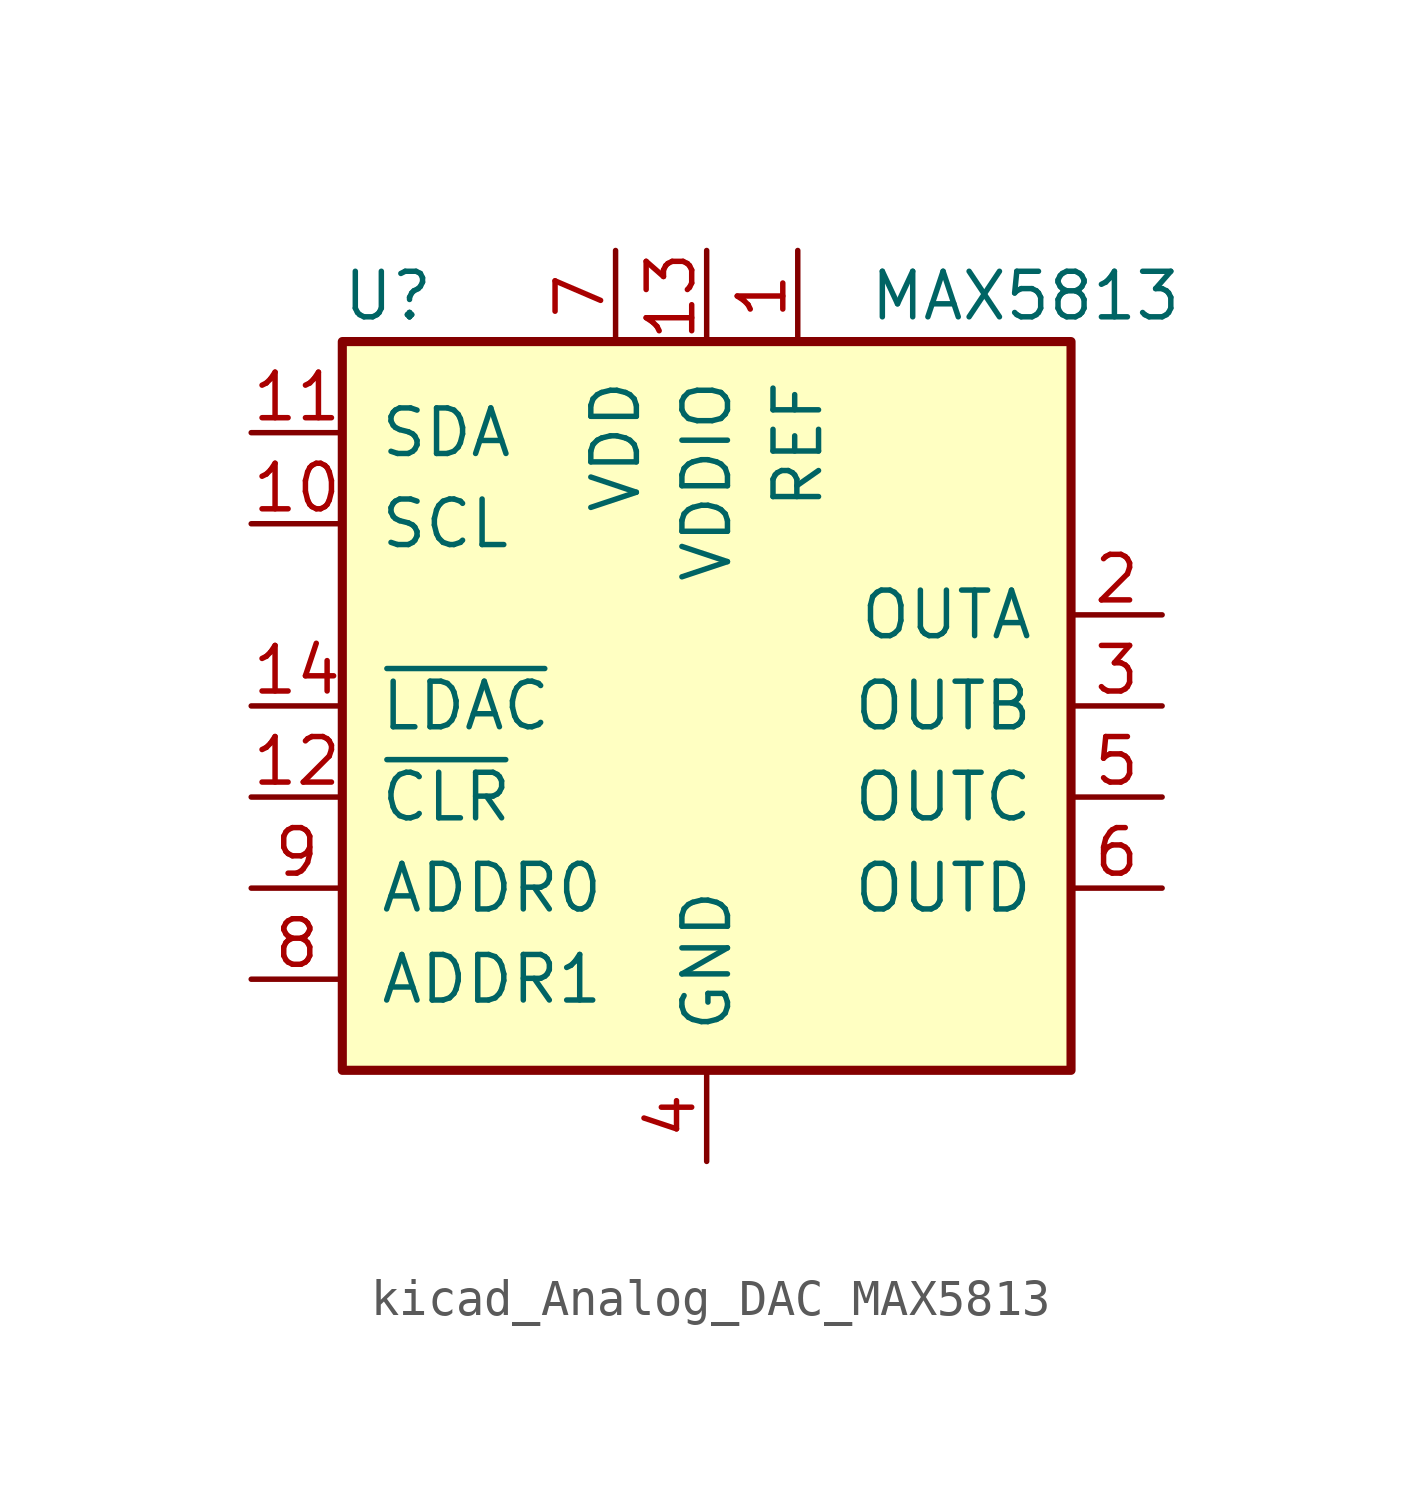
<source format=kicad_sym>
(kicad_symbol_lib
  (version 20220914)
  (generator kicad_symbol_editor)
  (symbol "kicad_Analog_DAC_MAX5813"
    (pin_names
      (offset 1.016))
    (property "Reference" "U"
      (at -8.89 11.43 0)
      (effects (font (size 1.27 1.27))))
    (property "Value" "MAX5813"
      (at 8.89 11.43 0)
      (effects (font (size 1.27 1.27))))
    (symbol "kicad_Analog_DAC_MAX5813_0_1"
      (rectangle (start -10.16 10.16) (end 10.16 -10.16) (stroke (width 0.254) (type default)) (fill (type background))))
    (symbol "kicad_Analog_DAC_MAX5813_1_1"
      (pin power_in line (at 2.54 12.7 270) (length 2.54) (name "REF" (effects (font (size 1.27 1.27)))) (number "1" (effects (font (size 1.27 1.27)))))
      (pin input line (at -12.7 5.08 0) (length 2.54) (name "SCL" (effects (font (size 1.27 1.27)))) (number "10" (effects (font (size 1.27 1.27)))))
      (pin bidirectional line (at -12.7 7.62 0) (length 2.54) (name "SDA" (effects (font (size 1.27 1.27)))) (number "11" (effects (font (size 1.27 1.27)))))
      (pin input line (at -12.7 -2.54 0) (length 2.54) (name "~{CLR}" (effects (font (size 1.27 1.27)))) (number "12" (effects (font (size 1.27 1.27)))))
      (pin power_in line (at 0 12.7 270) (length 2.54) (name "VDDIO" (effects (font (size 1.27 1.27)))) (number "13" (effects (font (size 1.27 1.27)))))
      (pin input line (at -12.7 0 0) (length 2.54) (name "~{LDAC}" (effects (font (size 1.27 1.27)))) (number "14" (effects (font (size 1.27 1.27)))))
      (pin output line (at 12.7 2.54 180) (length 2.54) (name "OUTA" (effects (font (size 1.27 1.27)))) (number "2" (effects (font (size 1.27 1.27)))))
      (pin output line (at 12.7 0 180) (length 2.54) (name "OUTB" (effects (font (size 1.27 1.27)))) (number "3" (effects (font (size 1.27 1.27)))))
      (pin power_in line (at 0 -12.7 90) (length 2.54) (name "GND" (effects (font (size 1.27 1.27)))) (number "4" (effects (font (size 1.27 1.27)))))
      (pin output line (at 12.7 -2.54 180) (length 2.54) (name "OUTC" (effects (font (size 1.27 1.27)))) (number "5" (effects (font (size 1.27 1.27)))))
      (pin output line (at 12.7 -5.08 180) (length 2.54) (name "OUTD" (effects (font (size 1.27 1.27)))) (number "6" (effects (font (size 1.27 1.27)))))
      (pin power_in line (at -2.54 12.7 270) (length 2.54) (name "VDD" (effects (font (size 1.27 1.27)))) (number "7" (effects (font (size 1.27 1.27)))))
      (pin input line (at -12.7 -7.62 0) (length 2.54) (name "ADDR1" (effects (font (size 1.27 1.27)))) (number "8" (effects (font (size 1.27 1.27)))))
      (pin input line (at -12.7 -5.08 0) (length 2.54) (name "ADDR0" (effects (font (size 1.27 1.27)))) (number "9" (effects (font (size 1.27 1.27))))))))
</source>
